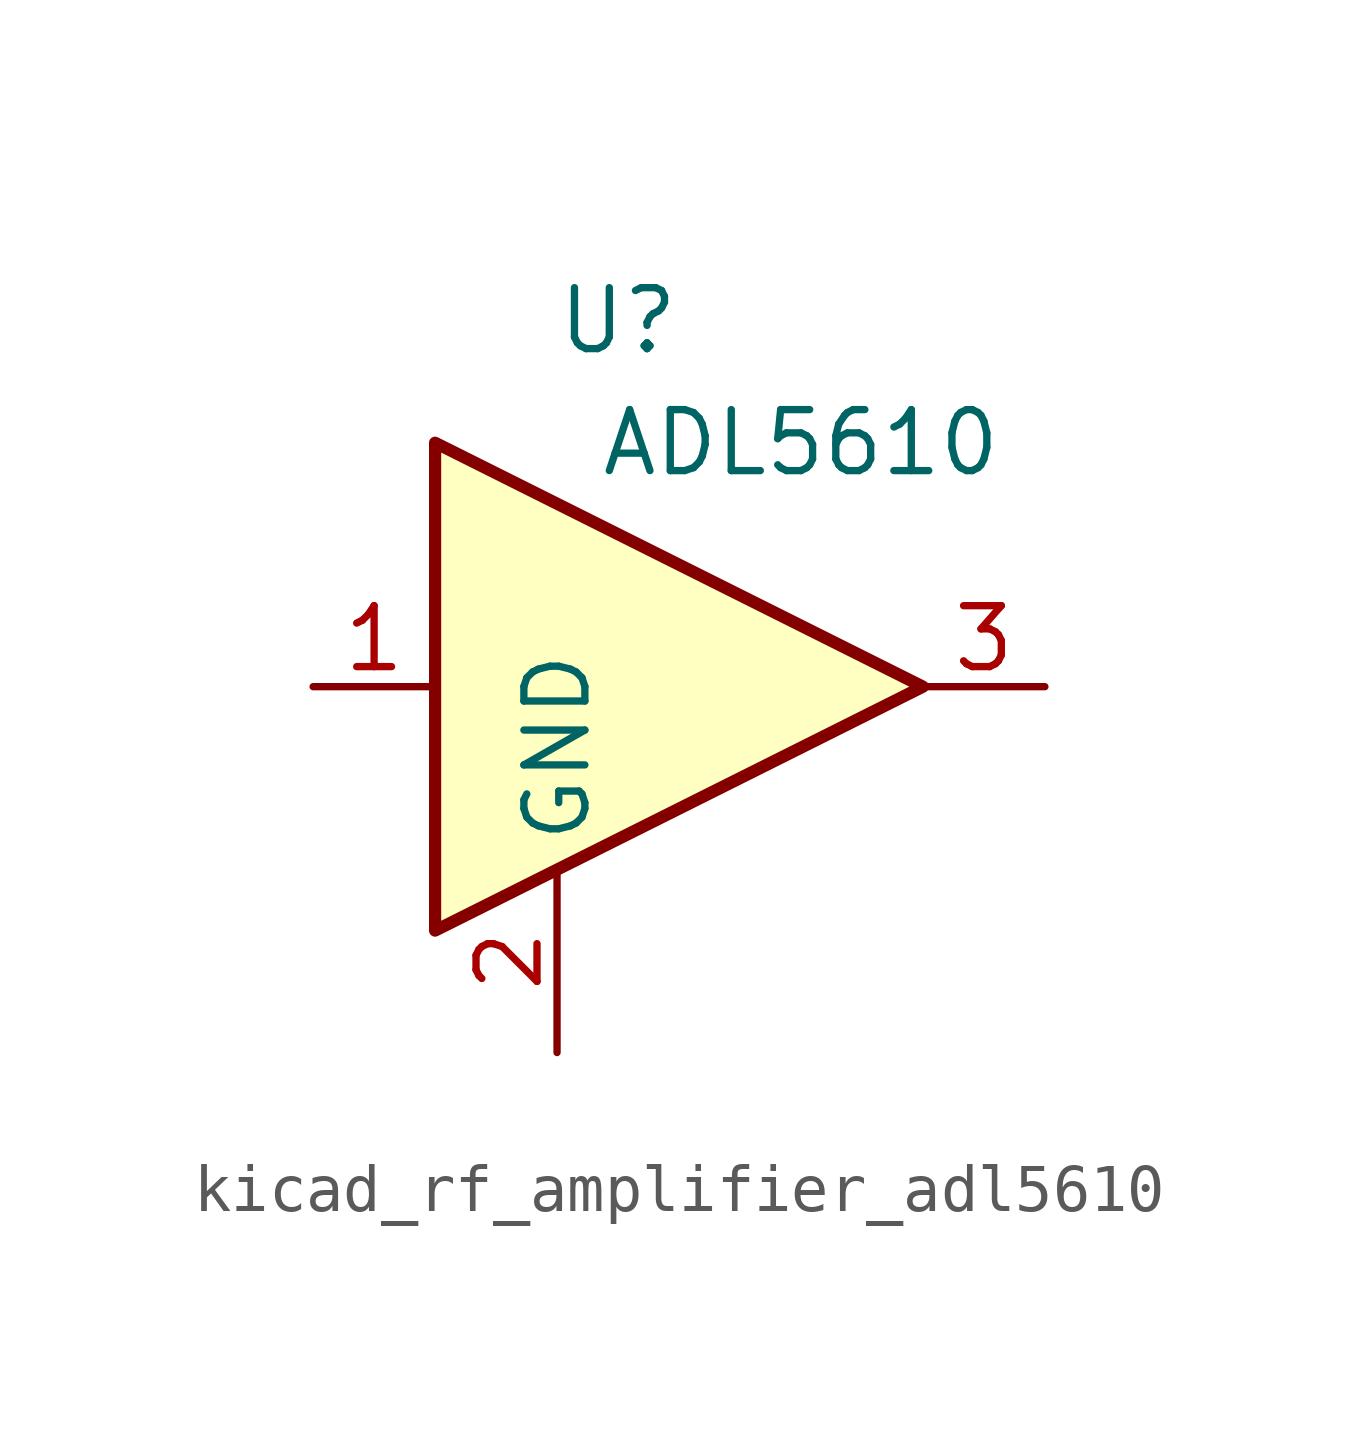
<source format=kicad_sym>
(kicad_symbol_lib
  (version 20220914)
  (generator kicad_symbol_editor)
  (symbol "kicad_rf_amplifier_adl5610"
    (property "Reference" "U"
      (at -1.27 7.62 0)
      (effects (font (size 1.27 1.27))))
    (property "Value" "ADL5610"
      (at 2.54 5.08 0)
      (effects (font (size 1.27 1.27))))
    (symbol "kicad_rf_amplifier_adl5610_0_1"
      (polyline (pts (xy 5.08 0) (xy -5.08 5.08) (xy -5.08 -5.08) (xy 5.08 0)) (stroke (width 0.254) (type default)) (fill (type background))))
    (symbol "kicad_rf_amplifier_adl5610_1_1"
      (pin input line (at -7.62 0 0) (length 2.54) (name "~" (effects (font (size 1.27 1.27)))) (number "1" (effects (font (size 1.27 1.27)))))
      (pin power_in line (at -2.54 -7.62 90) (length 3.81) (name "GND" (effects (font (size 1.27 1.27)))) (number "2" (effects (font (size 1.27 1.27)))))
      (pin output line (at 7.62 0 180) (length 2.54) (name "~" (effects (font (size 1.27 1.27)))) (number "3" (effects (font (size 1.27 1.27))))))))
</source>
